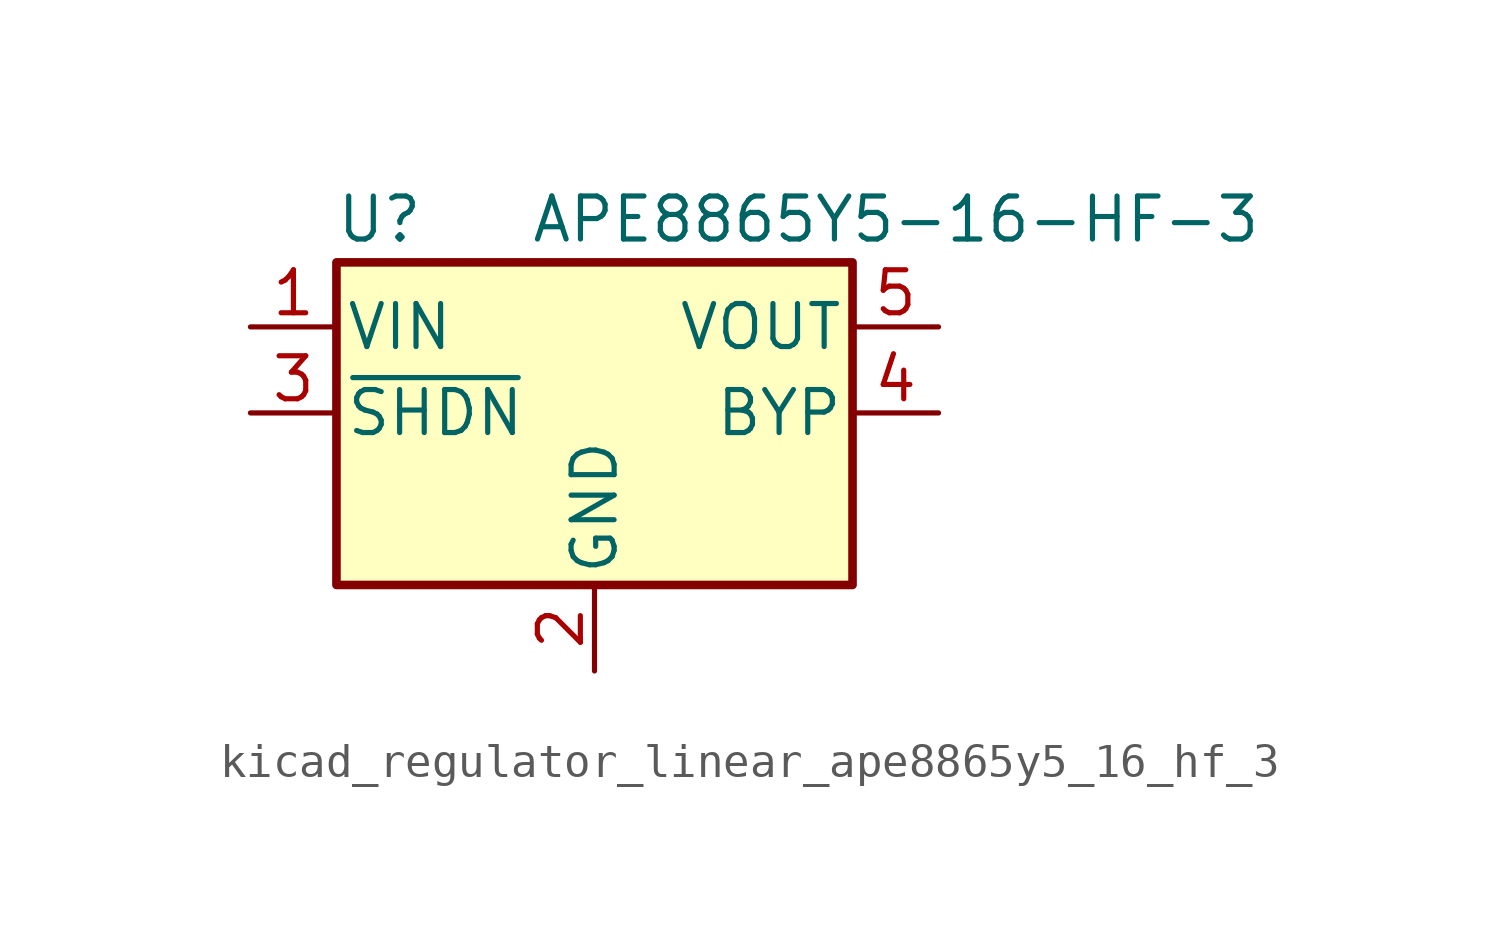
<source format=kicad_sym>
(kicad_symbol_lib
  (version 20220914)
  (generator kicad_symbol_editor)
  (symbol "kicad_regulator_linear_ape8865y5_16_hf_3"
    (pin_names
      (offset 0.254))
    (property "Reference" "U"
      (at -6.35 5.715 0)
      (effects (font (size 1.27 1.27))))
    (property "Value" "APE8865Y5-16-HF-3"
      (at -1.905 5.715 0)
      (effects (font (size 1.27 1.27)) (justify left)))
    (symbol "kicad_regulator_linear_ape8865y5_16_hf_3_0_1"
      (rectangle (start -7.62 4.445) (end 7.62 -5.08) (stroke (width 0.254) (type default)) (fill (type background))))
    (symbol "kicad_regulator_linear_ape8865y5_16_hf_3_1_1"
      (pin power_in line (at -10.16 2.54 0) (length 2.54) (name "VIN" (effects (font (size 1.27 1.27)))) (number "1" (effects (font (size 1.27 1.27)))))
      (pin power_in line (at 0 -7.62 90) (length 2.54) (name "GND" (effects (font (size 1.27 1.27)))) (number "2" (effects (font (size 1.27 1.27)))))
      (pin input line (at -10.16 0 0) (length 2.54) (name "~{SHDN}" (effects (font (size 1.27 1.27)))) (number "3" (effects (font (size 1.27 1.27)))))
      (pin input line (at 10.16 0 180) (length 2.54) (name "BYP" (effects (font (size 1.27 1.27)))) (number "4" (effects (font (size 1.27 1.27)))))
      (pin power_out line (at 10.16 2.54 180) (length 2.54) (name "VOUT" (effects (font (size 1.27 1.27)))) (number "5" (effects (font (size 1.27 1.27))))))))
</source>
